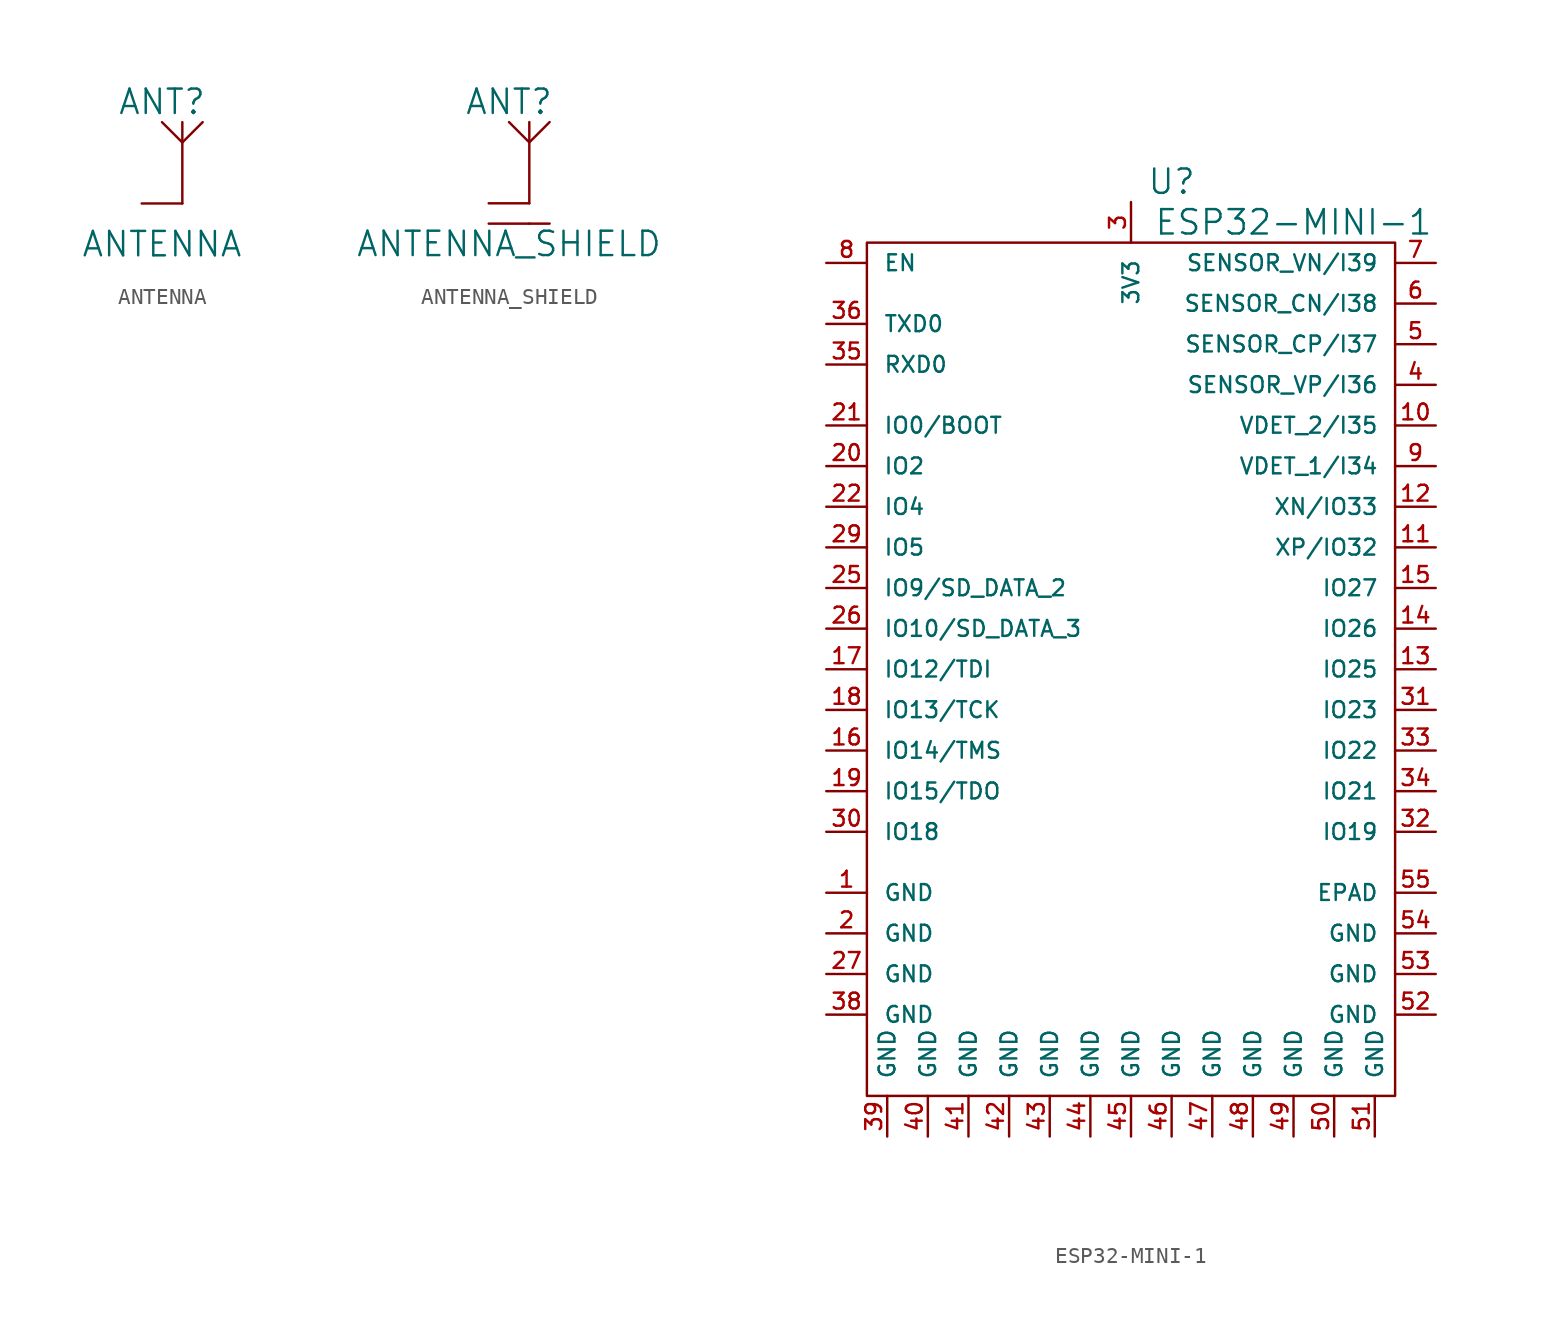
<source format=kicad_sym>
(kicad_symbol_lib
  (version 20220914)
  (generator kicad_symbol_editor)
  (symbol "ANTENNA"
    (pin_numbers hide)
    (pin_names
      (offset 1.016) hide)
    (property "Reference" "ANT"
      (at 0 6.35 0)
      (effects (font (size 1.524 1.524))))
    (property "Value" "ANTENNA"
      (at 0 -2.54 0)
      (effects (font (size 1.524 1.524))))
    (property "Footprint" ""
      (at 0 0 0)
      (effects (font (size 1.524 1.524))))
    (property "Datasheet" ""
      (at 0 0 0)
      (effects (font (size 1.524 1.524))))
    (symbol "ANTENNA_0_1"
      (polyline (pts (xy 1.27 5.08) (xy 1.27 0)) (stroke (width 0) (type solid)) (fill (type none)))
      (polyline (pts (xy 0 5.08) (xy 1.27 3.81) (xy 2.54 5.08)) (stroke (width 0) (type solid)) (fill (type none))))
    (symbol "ANTENNA_1_1"
      (pin input line (at -1.27 0 0) (length 2.54) (name "~" (effects (font (size 1.27 1.27)))) (number "1" (effects (font (size 1.27 1.27)))))))
  (symbol "ANTENNA_SHIELD"
    (pin_numbers hide)
    (pin_names
      (offset 1.016) hide)
    (property "Reference" "ANT"
      (at 0 6.35 0)
      (effects (font (size 1.524 1.524))))
    (property "Value" "ANTENNA_SHIELD"
      (at 0 -2.54 0)
      (effects (font (size 1.524 1.524))))
    (property "Footprint" ""
      (at 0 0 0)
      (effects (font (size 1.524 1.524))))
    (property "Datasheet" ""
      (at 0 0 0)
      (effects (font (size 1.524 1.524))))
    (symbol "ANTENNA_SHIELD_0_1"
      (polyline (pts (xy 1.27 -1.27) (xy 2.54 -1.27)) (stroke (width 0) (type solid)) (fill (type none)))
      (polyline (pts (xy 1.27 0) (xy 1.27 5.08)) (stroke (width 0) (type solid)) (fill (type none)))
      (polyline (pts (xy 0 5.08) (xy 1.27 3.81) (xy 2.54 5.08)) (stroke (width 0) (type solid)) (fill (type none))))
    (symbol "ANTENNA_SHIELD_1_1"
      (pin input line (at -1.27 0 0) (length 2.54) (name "~" (effects (font (size 1.27 1.27)))) (number "1" (effects (font (size 1.27 1.27)))))
      (pin input line (at -1.27 -1.27 0) (length 2.54) (name "~" (effects (font (size 1.27 1.27)))) (number "2" (effects (font (size 1.27 1.27)))))))
  (symbol "ESP32-MINI-1"
    (pin_names
      (offset 1.016))
    (property "Reference" "U"
      (at 2.54 30.48 0)
      (effects (font (size 1.524 1.524))))
    (property "Value" "ESP32-MINI-1"
      (at 10.16 27.94 0)
      (effects (font (size 1.524 1.524))))
    (property "Footprint" ""
      (at 0 -11.43 0)
      (effects (font (size 1.524 1.524))))
    (property "Datasheet" ""
      (at 0 0 0)
      (effects (font (size 1.524 1.524))))
    (symbol "ESP32-MINI-1_0_1"
      (rectangle (start -16.51 26.67) (end 16.51 -26.67) (stroke (width 0) (type solid)) (fill (type none))))
    (symbol "ESP32-MINI-1_1_1"
      (pin passive line (at -19.05 -13.97 0) (length 2.54) (name "GND" (effects (font (size 0.991 0.991)))) (number "1" (effects (font (size 0.991 0.991)))))
      (pin passive line (at 19.05 15.24 180) (length 2.54) (name "VDET_2/I35" (effects (font (size 0.991 0.991)))) (number "10" (effects (font (size 0.991 0.991)))))
      (pin passive line (at 19.05 7.62 180) (length 2.54) (name "XP/IO32" (effects (font (size 0.991 0.991)))) (number "11" (effects (font (size 0.991 0.991)))))
      (pin passive line (at 19.05 10.16 180) (length 2.54) (name "XN/IO33" (effects (font (size 0.991 0.991)))) (number "12" (effects (font (size 0.991 0.991)))))
      (pin passive line (at 19.05 0 180) (length 2.54) (name "IO25" (effects (font (size 0.991 0.991)))) (number "13" (effects (font (size 0.991 0.991)))))
      (pin passive line (at 19.05 2.54 180) (length 2.54) (name "IO26" (effects (font (size 0.991 0.991)))) (number "14" (effects (font (size 0.991 0.991)))))
      (pin passive line (at 19.05 5.08 180) (length 2.54) (name "IO27" (effects (font (size 0.991 0.991)))) (number "15" (effects (font (size 0.991 0.991)))))
      (pin passive line (at -19.05 -5.08 0) (length 2.54) (name "IO14/TMS" (effects (font (size 0.991 0.991)))) (number "16" (effects (font (size 0.991 0.991)))))
      (pin passive line (at -19.05 0 0) (length 2.54) (name "IO12/TDI" (effects (font (size 0.991 0.991)))) (number "17" (effects (font (size 0.991 0.991)))))
      (pin passive line (at -19.05 -2.54 0) (length 2.54) (name "IO13/TCK" (effects (font (size 0.991 0.991)))) (number "18" (effects (font (size 0.991 0.991)))))
      (pin passive line (at -19.05 -7.62 0) (length 2.54) (name "IO15/TDO" (effects (font (size 0.991 0.991)))) (number "19" (effects (font (size 0.991 0.991)))))
      (pin passive line (at -19.05 -16.51 0) (length 2.54) (name "GND" (effects (font (size 0.991 0.991)))) (number "2" (effects (font (size 0.991 0.991)))))
      (pin passive line (at -19.05 12.7 0) (length 2.54) (name "IO2" (effects (font (size 0.991 0.991)))) (number "20" (effects (font (size 0.991 0.991)))))
      (pin passive line (at -19.05 15.24 0) (length 2.54) (name "IO0/BOOT" (effects (font (size 0.991 0.991)))) (number "21" (effects (font (size 0.991 0.991)))))
      (pin passive line (at -19.05 10.16 0) (length 2.54) (name "IO4" (effects (font (size 0.991 0.991)))) (number "22" (effects (font (size 0.991 0.991)))))
      (pin passive line (at -19.05 5.08 0) (length 2.54) (name "IO9/SD_DATA_2" (effects (font (size 0.991 0.991)))) (number "25" (effects (font (size 0.991 0.991)))))
      (pin passive line (at -19.05 2.54 0) (length 2.54) (name "IO10/SD_DATA_3" (effects (font (size 0.991 0.991)))) (number "26" (effects (font (size 0.991 0.991)))))
      (pin passive line (at -19.05 -19.05 0) (length 2.54) (name "GND" (effects (font (size 0.991 0.991)))) (number "27" (effects (font (size 0.991 0.991)))))
      (pin passive line (at -19.05 7.62 0) (length 2.54) (name "IO5" (effects (font (size 0.991 0.991)))) (number "29" (effects (font (size 0.991 0.991)))))
      (pin passive line (at 0 29.21 270) (length 2.54) (name "3V3" (effects (font (size 0.991 0.991)))) (number "3" (effects (font (size 0.991 0.991)))))
      (pin passive line (at -19.05 -10.16 0) (length 2.54) (name "IO18" (effects (font (size 0.991 0.991)))) (number "30" (effects (font (size 0.991 0.991)))))
      (pin passive line (at 19.05 -2.54 180) (length 2.54) (name "IO23" (effects (font (size 0.991 0.991)))) (number "31" (effects (font (size 0.991 0.991)))))
      (pin passive line (at 19.05 -10.16 180) (length 2.54) (name "IO19" (effects (font (size 0.991 0.991)))) (number "32" (effects (font (size 0.991 0.991)))))
      (pin passive line (at 19.05 -5.08 180) (length 2.54) (name "IO22" (effects (font (size 0.991 0.991)))) (number "33" (effects (font (size 0.991 0.991)))))
      (pin passive line (at 19.05 -7.62 180) (length 2.54) (name "IO21" (effects (font (size 0.991 0.991)))) (number "34" (effects (font (size 0.991 0.991)))))
      (pin passive line (at -19.05 19.05 0) (length 2.54) (name "RXD0" (effects (font (size 0.991 0.991)))) (number "35" (effects (font (size 0.991 0.991)))))
      (pin passive line (at -19.05 21.59 0) (length 2.54) (name "TXD0" (effects (font (size 0.991 0.991)))) (number "36" (effects (font (size 0.991 0.991)))))
      (pin passive line (at -19.05 -21.59 0) (length 2.54) (name "GND" (effects (font (size 0.991 0.991)))) (number "38" (effects (font (size 0.991 0.991)))))
      (pin passive line (at -15.24 -29.21 90) (length 2.54) (name "GND" (effects (font (size 0.991 0.991)))) (number "39" (effects (font (size 0.991 0.991)))))
      (pin passive line (at 19.05 17.78 180) (length 2.54) (name "SENSOR_VP/I36" (effects (font (size 0.991 0.991)))) (number "4" (effects (font (size 0.991 0.991)))))
      (pin passive line (at -12.7 -29.21 90) (length 2.54) (name "GND" (effects (font (size 0.991 0.991)))) (number "40" (effects (font (size 0.991 0.991)))))
      (pin passive line (at -10.16 -29.21 90) (length 2.54) (name "GND" (effects (font (size 0.991 0.991)))) (number "41" (effects (font (size 0.991 0.991)))))
      (pin passive line (at -7.62 -29.21 90) (length 2.54) (name "GND" (effects (font (size 0.991 0.991)))) (number "42" (effects (font (size 0.991 0.991)))))
      (pin passive line (at -5.08 -29.21 90) (length 2.54) (name "GND" (effects (font (size 0.991 0.991)))) (number "43" (effects (font (size 0.991 0.991)))))
      (pin passive line (at -2.54 -29.21 90) (length 2.54) (name "GND" (effects (font (size 0.991 0.991)))) (number "44" (effects (font (size 0.991 0.991)))))
      (pin passive line (at 0 -29.21 90) (length 2.54) (name "GND" (effects (font (size 0.991 0.991)))) (number "45" (effects (font (size 0.991 0.991)))))
      (pin passive line (at 2.54 -29.21 90) (length 2.54) (name "GND" (effects (font (size 0.991 0.991)))) (number "46" (effects (font (size 0.991 0.991)))))
      (pin passive line (at 5.08 -29.21 90) (length 2.54) (name "GND" (effects (font (size 0.991 0.991)))) (number "47" (effects (font (size 0.991 0.991)))))
      (pin passive line (at 7.62 -29.21 90) (length 2.54) (name "GND" (effects (font (size 0.991 0.991)))) (number "48" (effects (font (size 0.991 0.991)))))
      (pin passive line (at 10.16 -29.21 90) (length 2.54) (name "GND" (effects (font (size 0.991 0.991)))) (number "49" (effects (font (size 0.991 0.991)))))
      (pin passive line (at 19.05 20.32 180) (length 2.54) (name "SENSOR_CP/I37" (effects (font (size 0.991 0.991)))) (number "5" (effects (font (size 0.991 0.991)))))
      (pin passive line (at 12.7 -29.21 90) (length 2.54) (name "GND" (effects (font (size 0.991 0.991)))) (number "50" (effects (font (size 0.991 0.991)))))
      (pin passive line (at 15.24 -29.21 90) (length 2.54) (name "GND" (effects (font (size 0.991 0.991)))) (number "51" (effects (font (size 0.991 0.991)))))
      (pin passive line (at 19.05 -21.59 180) (length 2.54) (name "GND" (effects (font (size 0.991 0.991)))) (number "52" (effects (font (size 0.991 0.991)))))
      (pin passive line (at 19.05 -19.05 180) (length 2.54) (name "GND" (effects (font (size 0.991 0.991)))) (number "53" (effects (font (size 0.991 0.991)))))
      (pin passive line (at 19.05 -16.51 180) (length 2.54) (name "GND" (effects (font (size 0.991 0.991)))) (number "54" (effects (font (size 0.991 0.991)))))
      (pin passive line (at 19.05 -13.97 180) (length 2.54) (name "EPAD" (effects (font (size 0.991 0.991)))) (number "55" (effects (font (size 0.991 0.991)))))
      (pin passive line (at 19.05 22.86 180) (length 2.54) (name "SENSOR_CN/I38" (effects (font (size 0.991 0.991)))) (number "6" (effects (font (size 0.991 0.991)))))
      (pin passive line (at 19.05 25.4 180) (length 2.54) (name "SENSOR_VN/I39" (effects (font (size 0.991 0.991)))) (number "7" (effects (font (size 0.991 0.991)))))
      (pin passive line (at -19.05 25.4 0) (length 2.54) (name "EN" (effects (font (size 0.991 0.991)))) (number "8" (effects (font (size 0.991 0.991)))))
      (pin passive line (at 19.05 12.7 180) (length 2.54) (name "VDET_1/I34" (effects (font (size 0.991 0.991)))) (number "9" (effects (font (size 0.991 0.991))))))))
</source>
